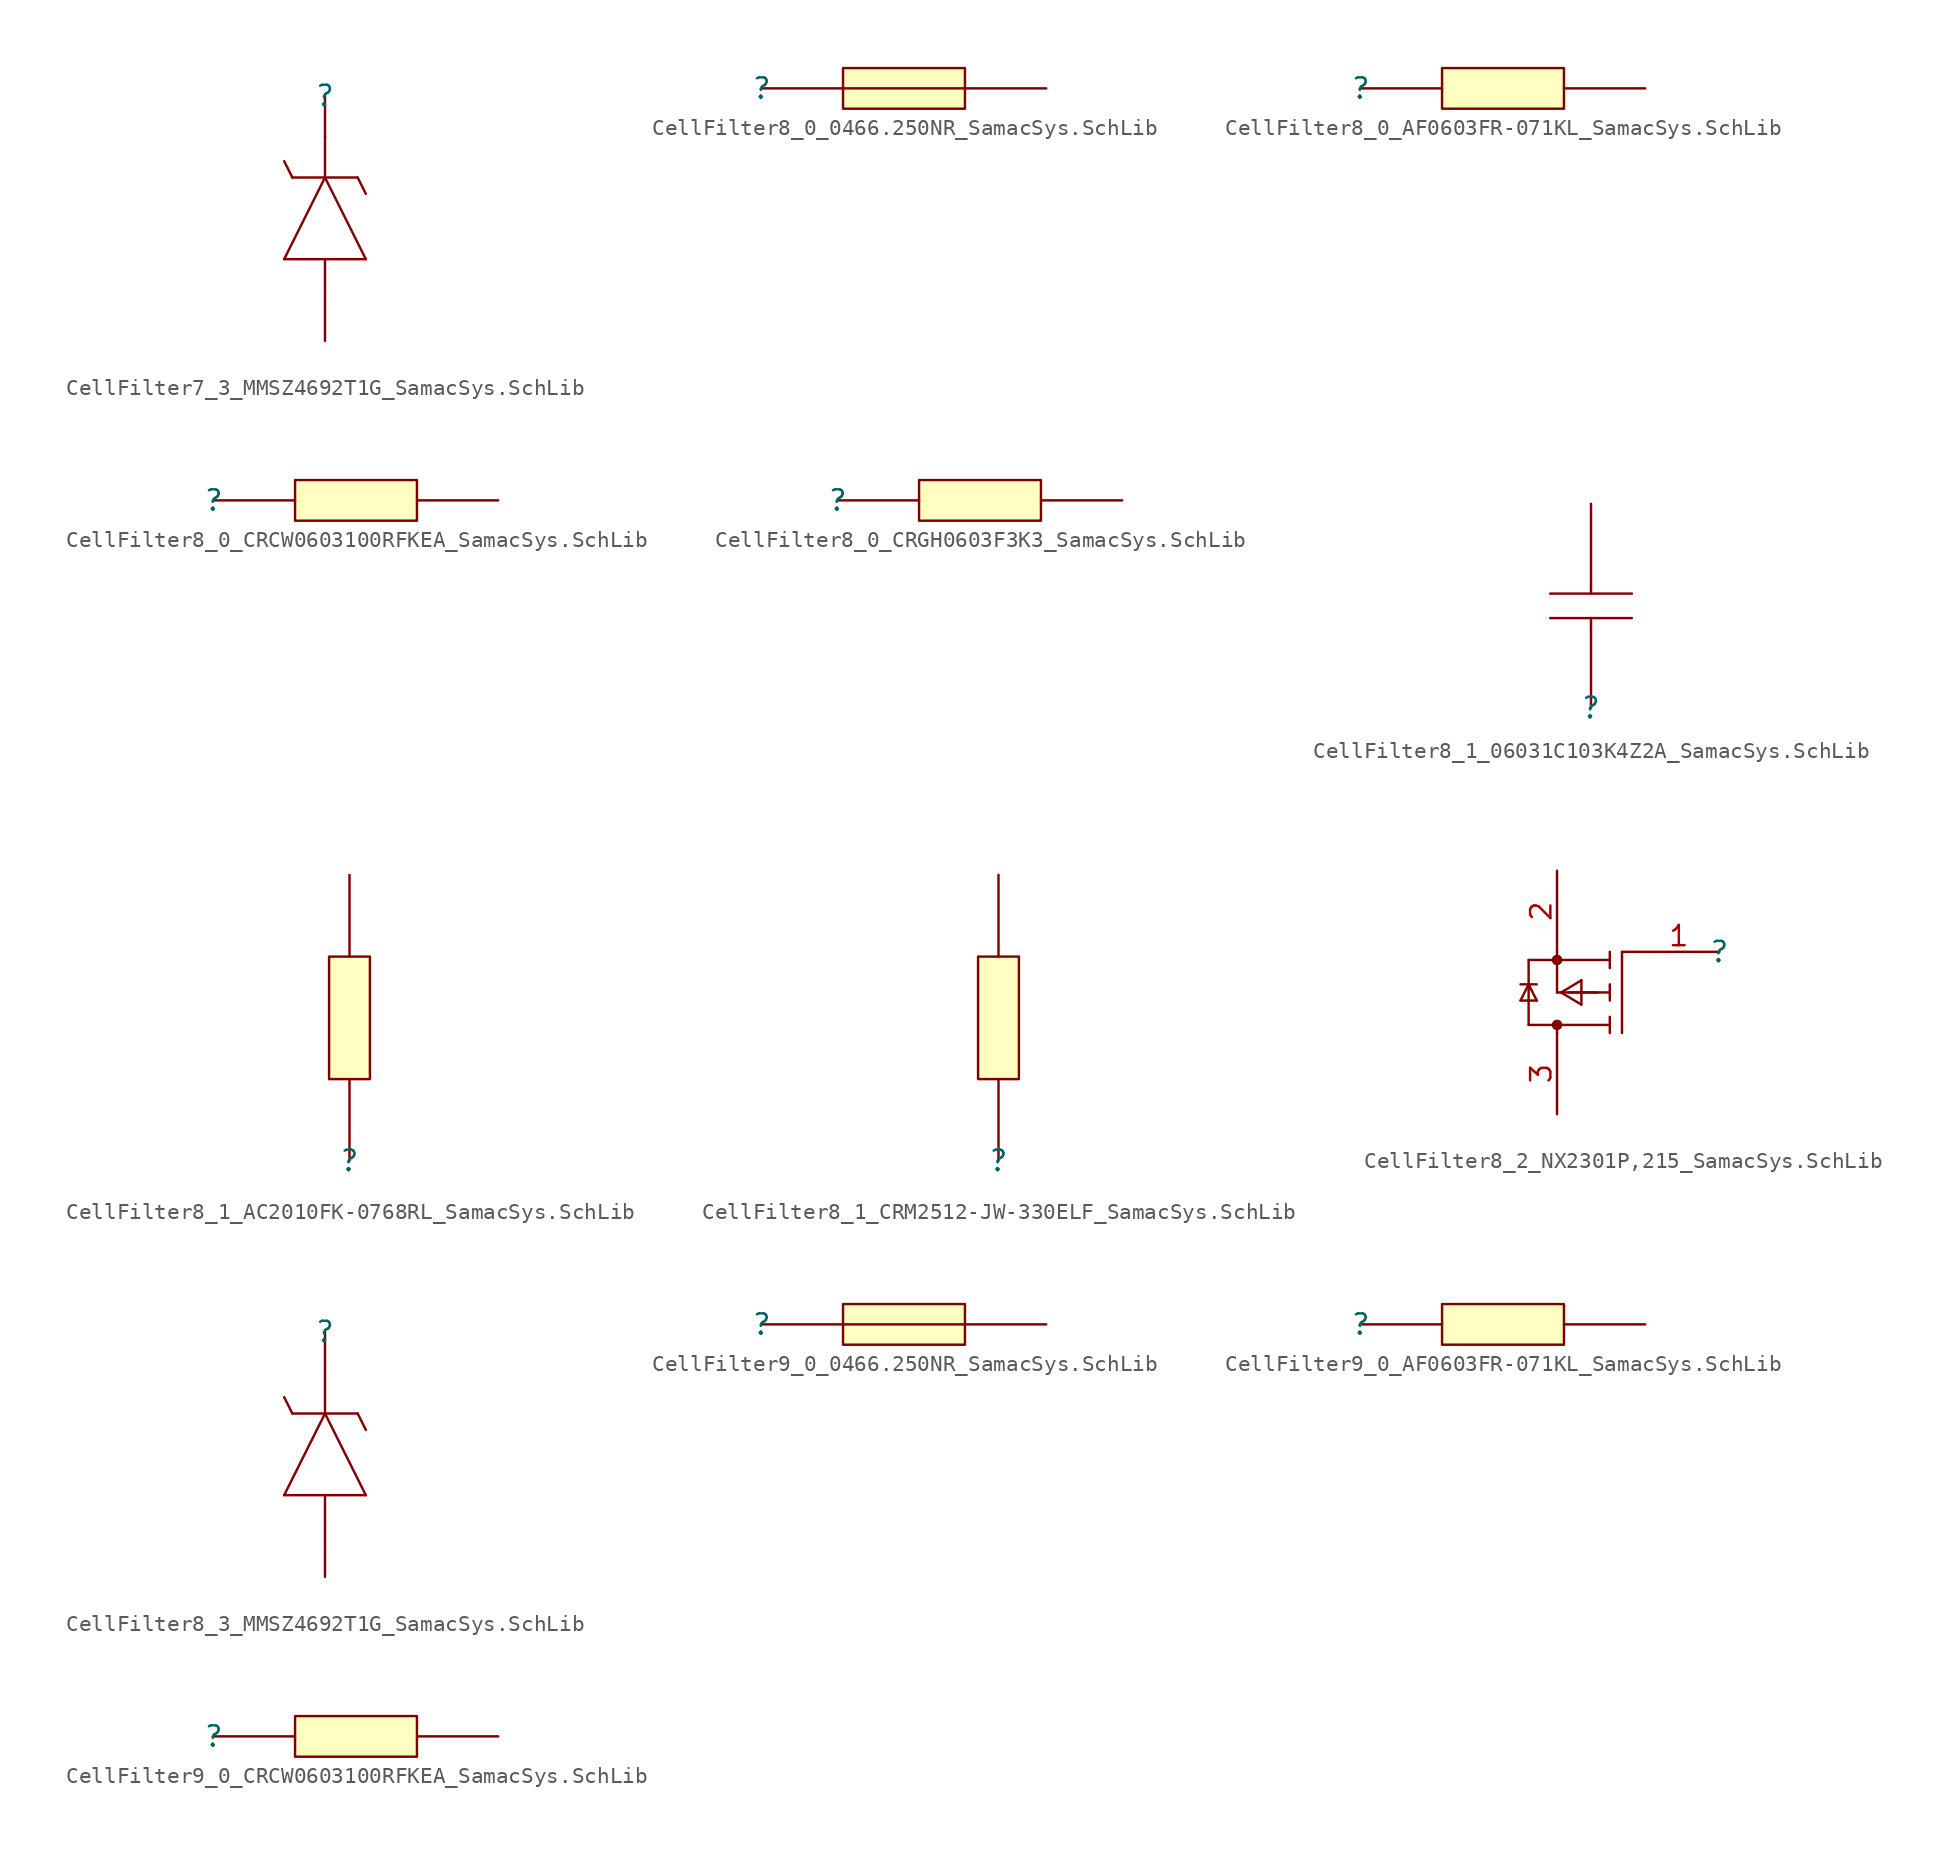
<source format=kicad_sym>
(kicad_symbol_lib
  (version 20241209)
  (generator "kicad_symbol_editor")
  (generator_version "9.0")
  (symbol "CellFilter7_3_MMSZ4692T1G_SamacSys.SchLib"
    (pin_numbers
      (hide yes))
    (pin_names
      (hide yes))
    (property "Reference" ""
      (at 0 0 0)
      (effects (font (size 1.27 1.27))))
    (property "Value" ""
      (at 0 0 0)
      (effects (font (size 1.27 1.27))))
    (symbol "CellFilter7_3_MMSZ4692T1G_SamacSys.SchLib_1_0"
      (polyline (pts (xy -2.54 -4.064) (xy -2.032 -5.08)) (stroke (width 0) (type solid)) (fill (type none)))
      (polyline (pts (xy -2.54 -10.16) (xy 0 -5.08)) (stroke (width 0) (type solid)) (fill (type none)))
      (polyline (pts (xy 0 -2.54) (xy 0 -5.08)) (stroke (width 0) (type solid)) (fill (type none)))
      (polyline (pts (xy 0 -5.08) (xy 2.54 -10.16)) (stroke (width 0) (type solid)) (fill (type none)))
      (polyline (pts (xy 0 -12.7) (xy 0 -10.16)) (stroke (width 0) (type solid)) (fill (type none)))
      (polyline (pts (xy 2.032 -5.08) (xy -2.032 -5.08)) (stroke (width 0) (type solid)) (fill (type none)))
      (polyline (pts (xy 2.032 -5.08) (xy 2.54 -6.096)) (stroke (width 0) (type solid)) (fill (type none)))
      (polyline (pts (xy 2.54 -10.16) (xy -2.54 -10.16)) (stroke (width 0) (type solid)) (fill (type none)))
      (pin passive line (at 0 0 270) (length 2.54) (name "K" (effects (font (size 1.27 1.27)))) (number "1" (effects (font (size 1.27 1.27)))))
      (pin passive line (at 0 -15.24 90) (length 2.54) (name "A" (effects (font (size 1.27 1.27)))) (number "2" (effects (font (size 1.27 1.27)))))))
  (symbol "CellFilter8_0_0466.250NR_SamacSys.SchLib"
    (pin_numbers
      (hide yes))
    (pin_names
      (hide yes))
    (property "Reference" ""
      (at 0 0 0)
      (effects (font (size 1.27 1.27))))
    (property "Value" ""
      (at 0 0 0)
      (effects (font (size 1.27 1.27))))
    (symbol "CellFilter8_0_0466.250NR_SamacSys.SchLib_1_0"
      (polyline (pts (xy 5.08 0) (xy 12.7 0)) (stroke (width 0) (type solid)) (fill (type none)))
      (rectangle (start 12.7 1.27) (end 5.08 -1.27) (stroke (width 0) (type solid) (color 128 0 0 1)) (fill (type background)))
      (pin passive line (at 0 0 0) (length 5.08) (name "1" (effects (font (size 1.27 1.27)))) (number "1" (effects (font (size 1.27 1.27)))))
      (pin passive line (at 17.78 0 180) (length 5.08) (name "2" (effects (font (size 1.27 1.27)))) (number "2" (effects (font (size 1.27 1.27)))))))
  (symbol "CellFilter8_0_AF0603FR-071KL_SamacSys.SchLib"
    (pin_numbers
      (hide yes))
    (pin_names
      (hide yes))
    (property "Reference" ""
      (at 0 0 0)
      (effects (font (size 1.27 1.27))))
    (property "Value" ""
      (at 0 0 0)
      (effects (font (size 1.27 1.27))))
    (symbol "CellFilter8_0_AF0603FR-071KL_SamacSys.SchLib_1_0"
      (rectangle (start 12.7 1.27) (end 5.08 -1.27) (stroke (width 0) (type solid) (color 128 0 0 1)) (fill (type background)))
      (pin passive line (at 0 0 0) (length 5.08) (name "1" (effects (font (size 1.27 1.27)))) (number "1" (effects (font (size 1.27 1.27)))))
      (pin passive line (at 17.78 0 180) (length 5.08) (name "2" (effects (font (size 1.27 1.27)))) (number "2" (effects (font (size 1.27 1.27)))))))
  (symbol "CellFilter8_0_CRCW0603100RFKEA_SamacSys.SchLib"
    (pin_numbers
      (hide yes))
    (pin_names
      (hide yes))
    (property "Reference" ""
      (at 0 0 0)
      (effects (font (size 1.27 1.27))))
    (property "Value" ""
      (at 0 0 0)
      (effects (font (size 1.27 1.27))))
    (symbol "CellFilter8_0_CRCW0603100RFKEA_SamacSys.SchLib_1_0"
      (rectangle (start 12.7 1.27) (end 5.08 -1.27) (stroke (width 0) (type solid) (color 128 0 0 1)) (fill (type background)))
      (pin passive line (at 0 0 0) (length 5.08) (name "1" (effects (font (size 1.27 1.27)))) (number "1" (effects (font (size 1.27 1.27)))))
      (pin passive line (at 17.78 0 180) (length 5.08) (name "2" (effects (font (size 1.27 1.27)))) (number "2" (effects (font (size 1.27 1.27)))))))
  (symbol "CellFilter8_0_CRGH0603F3K3_SamacSys.SchLib"
    (pin_numbers
      (hide yes))
    (pin_names
      (hide yes))
    (property "Reference" ""
      (at 0 0 0)
      (effects (font (size 1.27 1.27))))
    (property "Value" ""
      (at 0 0 0)
      (effects (font (size 1.27 1.27))))
    (symbol "CellFilter8_0_CRGH0603F3K3_SamacSys.SchLib_1_0"
      (rectangle (start 12.7 1.27) (end 5.08 -1.27) (stroke (width 0) (type solid) (color 128 0 0 1)) (fill (type background)))
      (pin passive line (at 0 0 0) (length 5.08) (name "1" (effects (font (size 1.27 1.27)))) (number "1" (effects (font (size 1.27 1.27)))))
      (pin passive line (at 17.78 0 180) (length 5.08) (name "2" (effects (font (size 1.27 1.27)))) (number "2" (effects (font (size 1.27 1.27)))))))
  (symbol "CellFilter8_1_06031C103K4Z2A_SamacSys.SchLib"
    (pin_numbers
      (hide yes))
    (pin_names
      (hide yes))
    (property "Reference" ""
      (at 0 0 0)
      (effects (font (size 1.27 1.27))))
    (property "Value" ""
      (at 0 0 0)
      (effects (font (size 1.27 1.27))))
    (symbol "CellFilter8_1_06031C103K4Z2A_SamacSys.SchLib_1_0"
      (polyline (pts (xy -2.54 7.112) (xy 2.54 7.112)) (stroke (width 0) (type solid)) (fill (type none)))
      (polyline (pts (xy -2.54 5.588) (xy 2.54 5.588)) (stroke (width 0) (type solid)) (fill (type none)))
      (polyline (pts (xy 0 7.112) (xy 0 7.62)) (stroke (width 0) (type solid)) (fill (type none)))
      (polyline (pts (xy 0 5.08) (xy 0 5.588)) (stroke (width 0) (type solid)) (fill (type none)))
      (pin passive line (at 0 12.7 270) (length 5.08) (name "2" (effects (font (size 1.27 1.27)))) (number "2" (effects (font (size 1.27 1.27)))))
      (pin passive line (at 0 0 90) (length 5.08) (name "1" (effects (font (size 1.27 1.27)))) (number "1" (effects (font (size 1.27 1.27)))))))
  (symbol "CellFilter8_1_AC2010FK-0768RL_SamacSys.SchLib"
    (pin_numbers
      (hide yes))
    (pin_names
      (hide yes))
    (property "Reference" ""
      (at 0 0 0)
      (effects (font (size 1.27 1.27))))
    (property "Value" ""
      (at 0 0 0)
      (effects (font (size 1.27 1.27))))
    (symbol "CellFilter8_1_AC2010FK-0768RL_SamacSys.SchLib_1_0"
      (rectangle (start 1.27 12.7) (end -1.27 5.08) (stroke (width 0) (type solid) (color 128 0 0 1)) (fill (type background)))
      (pin passive line (at 0 17.78 270) (length 5.08) (name "2" (effects (font (size 1.27 1.27)))) (number "2" (effects (font (size 1.27 1.27)))))
      (pin passive line (at 0 0 90) (length 5.08) (name "1" (effects (font (size 1.27 1.27)))) (number "1" (effects (font (size 1.27 1.27)))))))
  (symbol "CellFilter8_1_CRM2512-JW-330ELF_SamacSys.SchLib"
    (pin_numbers
      (hide yes))
    (pin_names
      (hide yes))
    (property "Reference" ""
      (at 0 0 0)
      (effects (font (size 1.27 1.27))))
    (property "Value" ""
      (at 0 0 0)
      (effects (font (size 1.27 1.27))))
    (symbol "CellFilter8_1_CRM2512-JW-330ELF_SamacSys.SchLib_1_0"
      (rectangle (start 1.27 12.7) (end -1.27 5.08) (stroke (width 0) (type solid) (color 128 0 0 1)) (fill (type background)))
      (pin passive line (at 0 17.78 270) (length 5.08) (name "2" (effects (font (size 1.27 1.27)))) (number "2" (effects (font (size 1.27 1.27)))))
      (pin passive line (at 0 0 90) (length 5.08) (name "1" (effects (font (size 1.27 1.27)))) (number "1" (effects (font (size 1.27 1.27)))))))
  (symbol "CellFilter8_2_NX2301P,215_SamacSys.SchLib"
    (pin_names
      (hide yes))
    (property "Reference" ""
      (at 0 0 0)
      (effects (font (size 1.27 1.27))))
    (property "Value" ""
      (at 0 0 0)
      (effects (font (size 1.27 1.27))))
    (symbol "CellFilter8_2_NX2301P,215_SamacSys.SchLib_1_0"
      (polyline (pts (xy -12.446 -3.048) (xy -11.43 -3.048)) (stroke (width 0) (type solid)) (fill (type none)))
      (polyline (pts (xy -11.938 -2.032) (xy -12.446 -2.032)) (stroke (width 0) (type solid)) (fill (type none)))
      (polyline (pts (xy -11.938 -2.032) (xy -12.446 -3.048)) (stroke (width 0) (type solid)) (fill (type none)))
      (polyline (pts (xy -11.938 -2.032) (xy -11.43 -2.032)) (stroke (width 0) (type solid)) (fill (type none)))
      (polyline (pts (xy -11.938 -4.572) (xy -11.938 -0.508)) (stroke (width 0) (type solid)) (fill (type none)))
      (polyline (pts (xy -11.938 -4.572) (xy -10.16 -4.572)) (stroke (width 0) (type solid)) (fill (type none)))
      (polyline (pts (xy -11.43 -3.048) (xy -11.938 -2.032)) (stroke (width 0) (type solid)) (fill (type none)))
      (circle (center -10.16 -0.508) (radius 0.254) (stroke (width 0) (type solid)) (fill (type outline)))
      (polyline (pts (xy -10.16 -0.508) (xy -11.938 -0.508)) (stroke (width 0) (type solid)) (fill (type none)))
      (polyline (pts (xy -10.16 -2.54) (xy -10.16 0)) (stroke (width 0) (type solid)) (fill (type none)))
      (polyline (pts (xy -10.16 -2.54) (xy -7.62 -2.54)) (stroke (width 0) (type solid)) (fill (type none)))
      (circle (center -10.16 -4.572) (radius 0.254) (stroke (width 0) (type solid)) (fill (type outline)))
      (polyline (pts (xy -10.16 -4.572) (xy -10.16 -5.08)) (stroke (width 0) (type solid)) (fill (type none)))
      (polyline (pts (xy -9.906 -2.54) (xy -8.636 -1.778)) (stroke (width 0) (type solid)) (fill (type none)))
      (polyline (pts (xy -9.906 -2.54) (xy -8.636 -3.302)) (stroke (width 0) (type solid)) (fill (type none)))
      (polyline (pts (xy -9.398 -2.54) (xy -6.858 -2.54)) (stroke (width 0) (type solid)) (fill (type none)))
      (polyline (pts (xy -8.636 -1.778) (xy -8.636 -3.302)) (stroke (width 0) (type solid)) (fill (type none)))
      (polyline (pts (xy -6.858 -0.508) (xy -10.16 -0.508)) (stroke (width 0) (type solid)) (fill (type none)))
      (polyline (pts (xy -6.858 -1.016) (xy -6.858 0)) (stroke (width 0) (type solid)) (fill (type none)))
      (polyline (pts (xy -6.858 -3.048) (xy -6.858 -2.032)) (stroke (width 0) (type solid)) (fill (type none)))
      (polyline (pts (xy -6.858 -4.064) (xy -6.858 -5.08)) (stroke (width 0) (type solid)) (fill (type none)))
      (polyline (pts (xy -6.858 -4.572) (xy -10.16 -4.572)) (stroke (width 0) (type solid)) (fill (type none)))
      (polyline (pts (xy -6.096 0) (xy -6.096 -5.08)) (stroke (width 0) (type solid)) (fill (type none)))
      (polyline (pts (xy -6.096 0) (xy -5.08 0)) (stroke (width 0) (type solid)) (fill (type none)))
      (pin passive line (at -10.16 5.08 270) (length 5.08) (name "S" (effects (font (size 1.27 1.27)))) (number "2" (effects (font (size 1.27 1.27)))))
      (pin passive line (at -10.16 -10.16 90) (length 5.08) (name "D" (effects (font (size 1.27 1.27)))) (number "3" (effects (font (size 1.27 1.27)))))
      (pin passive line (at 0 0 180) (length 5.08) (name "G" (effects (font (size 1.27 1.27)))) (number "1" (effects (font (size 1.27 1.27)))))))
  (symbol "CellFilter8_3_MMSZ4692T1G_SamacSys.SchLib"
    (pin_numbers
      (hide yes))
    (pin_names
      (hide yes))
    (property "Reference" ""
      (at 0 0 0)
      (effects (font (size 1.27 1.27))))
    (property "Value" ""
      (at 0 0 0)
      (effects (font (size 1.27 1.27))))
    (symbol "CellFilter8_3_MMSZ4692T1G_SamacSys.SchLib_1_0"
      (polyline (pts (xy -2.54 -4.064) (xy -2.032 -5.08)) (stroke (width 0) (type solid)) (fill (type none)))
      (polyline (pts (xy -2.54 -10.16) (xy 0 -5.08)) (stroke (width 0) (type solid)) (fill (type none)))
      (polyline (pts (xy 0 -2.54) (xy 0 -5.08)) (stroke (width 0) (type solid)) (fill (type none)))
      (polyline (pts (xy 0 -5.08) (xy 2.54 -10.16)) (stroke (width 0) (type solid)) (fill (type none)))
      (polyline (pts (xy 0 -12.7) (xy 0 -10.16)) (stroke (width 0) (type solid)) (fill (type none)))
      (polyline (pts (xy 2.032 -5.08) (xy -2.032 -5.08)) (stroke (width 0) (type solid)) (fill (type none)))
      (polyline (pts (xy 2.032 -5.08) (xy 2.54 -6.096)) (stroke (width 0) (type solid)) (fill (type none)))
      (polyline (pts (xy 2.54 -10.16) (xy -2.54 -10.16)) (stroke (width 0) (type solid)) (fill (type none)))
      (pin passive line (at 0 0 270) (length 2.54) (name "K" (effects (font (size 1.27 1.27)))) (number "1" (effects (font (size 1.27 1.27)))))
      (pin passive line (at 0 -15.24 90) (length 2.54) (name "A" (effects (font (size 1.27 1.27)))) (number "2" (effects (font (size 1.27 1.27)))))))
  (symbol "CellFilter9_0_0466.250NR_SamacSys.SchLib"
    (pin_numbers
      (hide yes))
    (pin_names
      (hide yes))
    (property "Reference" ""
      (at 0 0 0)
      (effects (font (size 1.27 1.27))))
    (property "Value" ""
      (at 0 0 0)
      (effects (font (size 1.27 1.27))))
    (symbol "CellFilter9_0_0466.250NR_SamacSys.SchLib_1_0"
      (polyline (pts (xy 5.08 0) (xy 12.7 0)) (stroke (width 0) (type solid)) (fill (type none)))
      (rectangle (start 12.7 1.27) (end 5.08 -1.27) (stroke (width 0) (type solid) (color 128 0 0 1)) (fill (type background)))
      (pin passive line (at 0 0 0) (length 5.08) (name "1" (effects (font (size 1.27 1.27)))) (number "1" (effects (font (size 1.27 1.27)))))
      (pin passive line (at 17.78 0 180) (length 5.08) (name "2" (effects (font (size 1.27 1.27)))) (number "2" (effects (font (size 1.27 1.27)))))))
  (symbol "CellFilter9_0_AF0603FR-071KL_SamacSys.SchLib"
    (pin_numbers
      (hide yes))
    (pin_names
      (hide yes))
    (property "Reference" ""
      (at 0 0 0)
      (effects (font (size 1.27 1.27))))
    (property "Value" ""
      (at 0 0 0)
      (effects (font (size 1.27 1.27))))
    (symbol "CellFilter9_0_AF0603FR-071KL_SamacSys.SchLib_1_0"
      (rectangle (start 12.7 1.27) (end 5.08 -1.27) (stroke (width 0) (type solid) (color 128 0 0 1)) (fill (type background)))
      (pin passive line (at 0 0 0) (length 5.08) (name "1" (effects (font (size 1.27 1.27)))) (number "1" (effects (font (size 1.27 1.27)))))
      (pin passive line (at 17.78 0 180) (length 5.08) (name "2" (effects (font (size 1.27 1.27)))) (number "2" (effects (font (size 1.27 1.27)))))))
  (symbol "CellFilter9_0_CRCW0603100RFKEA_SamacSys.SchLib"
    (pin_numbers
      (hide yes))
    (pin_names
      (hide yes))
    (property "Reference" ""
      (at 0 0 0)
      (effects (font (size 1.27 1.27))))
    (property "Value" ""
      (at 0 0 0)
      (effects (font (size 1.27 1.27))))
    (symbol "CellFilter9_0_CRCW0603100RFKEA_SamacSys.SchLib_1_0"
      (rectangle (start 12.7 1.27) (end 5.08 -1.27) (stroke (width 0) (type solid) (color 128 0 0 1)) (fill (type background)))
      (pin passive line (at 0 0 0) (length 5.08) (name "1" (effects (font (size 1.27 1.27)))) (number "1" (effects (font (size 1.27 1.27)))))
      (pin passive line (at 17.78 0 180) (length 5.08) (name "2" (effects (font (size 1.27 1.27)))) (number "2" (effects (font (size 1.27 1.27))))))))
</source>
